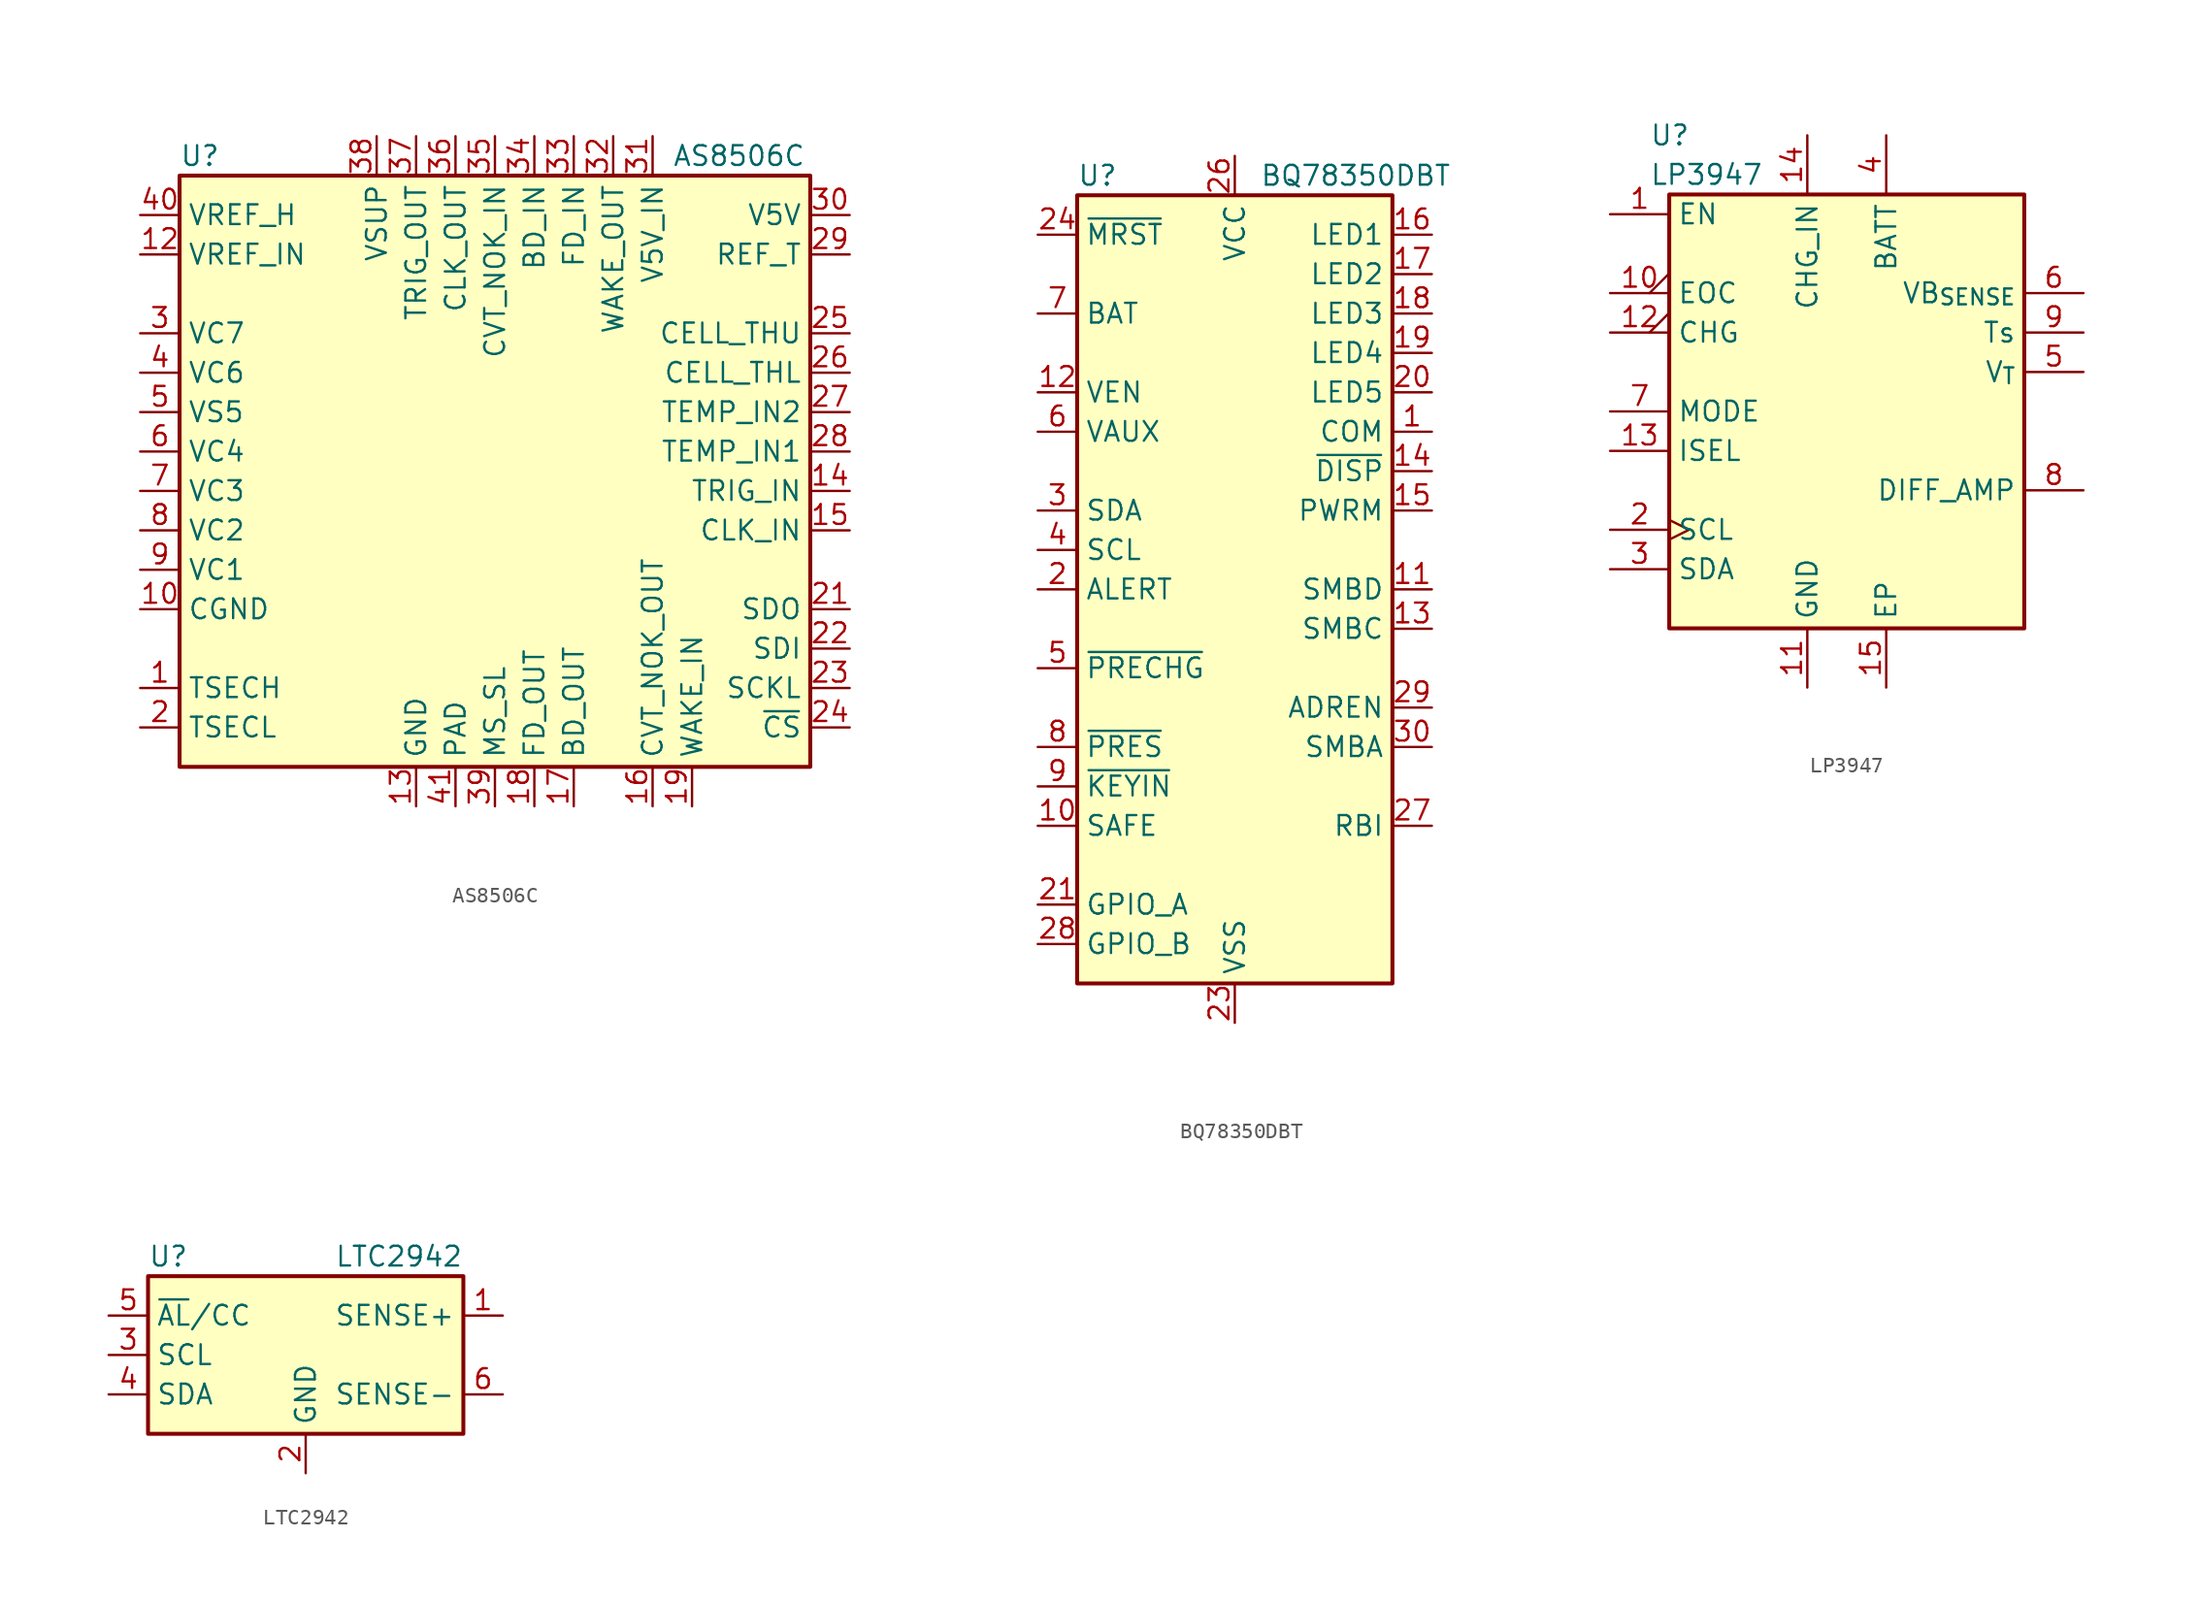
<source format=kicad_sym>
(kicad_symbol_lib
  (version 20220914)
  (generator kicad_symbol_editor)
  (symbol "AS8506C"
    (property "Reference" "U"
      (at -20.32 21.59 0)
      (effects (font (size 1.27 1.27)) (justify left)))
    (property "Value" "AS8506C"
      (at 11.43 21.59 0)
      (effects (font (size 1.27 1.27)) (justify left)))
    (symbol "AS8506C_0_1"
      (rectangle (start 20.32 -17.78) (end -20.32 20.32) (stroke (width 0.254) (type default)) (fill (type background))))
    (symbol "AS8506C_1_1"
      (pin input line (at -22.86 -12.7 0) (length 2.54) (name "TSECH" (effects (font (size 1.27 1.27)))) (number "1" (effects (font (size 1.27 1.27)))))
      (pin input line (at -22.86 -7.62 0) (length 2.54) (name "CGND" (effects (font (size 1.27 1.27)))) (number "10" (effects (font (size 1.27 1.27)))))
      (pin no_connect line (at -10.16 -17.78 90) (length 2.54) hide (name "NC" (effects (font (size 1.27 1.27)))) (number "11" (effects (font (size 1.27 1.27)))))
      (pin input line (at -22.86 15.24 0) (length 2.54) (name "VREF_IN" (effects (font (size 1.27 1.27)))) (number "12" (effects (font (size 1.27 1.27)))))
      (pin power_in line (at -5.08 -20.32 90) (length 2.54) (name "GND" (effects (font (size 1.27 1.27)))) (number "13" (effects (font (size 1.27 1.27)))))
      (pin input line (at 22.86 0 180) (length 2.54) (name "TRIG_IN" (effects (font (size 1.27 1.27)))) (number "14" (effects (font (size 1.27 1.27)))))
      (pin input line (at 22.86 -2.54 180) (length 2.54) (name "CLK_IN" (effects (font (size 1.27 1.27)))) (number "15" (effects (font (size 1.27 1.27)))))
      (pin input line (at 10.16 -20.32 90) (length 2.54) (name "CVT_NOK_OUT" (effects (font (size 1.27 1.27)))) (number "16" (effects (font (size 1.27 1.27)))))
      (pin input line (at 5.08 -20.32 90) (length 2.54) (name "BD_OUT" (effects (font (size 1.27 1.27)))) (number "17" (effects (font (size 1.27 1.27)))))
      (pin input line (at 2.54 -20.32 90) (length 2.54) (name "FD_OUT" (effects (font (size 1.27 1.27)))) (number "18" (effects (font (size 1.27 1.27)))))
      (pin input line (at 12.7 -20.32 90) (length 2.54) (name "WAKE_IN" (effects (font (size 1.27 1.27)))) (number "19" (effects (font (size 1.27 1.27)))))
      (pin input line (at -22.86 -15.24 0) (length 2.54) (name "TSECL" (effects (font (size 1.27 1.27)))) (number "2" (effects (font (size 1.27 1.27)))))
      (pin no_connect line (at -7.62 -17.78 90) (length 2.54) hide (name "NC_T" (effects (font (size 1.27 1.27)))) (number "20" (effects (font (size 1.27 1.27)))))
      (pin output line (at 22.86 -7.62 180) (length 2.54) (name "SDO" (effects (font (size 1.27 1.27)))) (number "21" (effects (font (size 1.27 1.27)))))
      (pin input line (at 22.86 -10.16 180) (length 2.54) (name "SDI" (effects (font (size 1.27 1.27)))) (number "22" (effects (font (size 1.27 1.27)))))
      (pin input line (at 22.86 -12.7 180) (length 2.54) (name "SCKL" (effects (font (size 1.27 1.27)))) (number "23" (effects (font (size 1.27 1.27)))))
      (pin input line (at 22.86 -15.24 180) (length 2.54) (name "~{CS}" (effects (font (size 1.27 1.27)))) (number "24" (effects (font (size 1.27 1.27)))))
      (pin input line (at 22.86 10.16 180) (length 2.54) (name "CELL_THU" (effects (font (size 1.27 1.27)))) (number "25" (effects (font (size 1.27 1.27)))))
      (pin input line (at 22.86 7.62 180) (length 2.54) (name "CELL_THL" (effects (font (size 1.27 1.27)))) (number "26" (effects (font (size 1.27 1.27)))))
      (pin input line (at 22.86 5.08 180) (length 2.54) (name "TEMP_IN2" (effects (font (size 1.27 1.27)))) (number "27" (effects (font (size 1.27 1.27)))))
      (pin input line (at 22.86 2.54 180) (length 2.54) (name "TEMP_IN1" (effects (font (size 1.27 1.27)))) (number "28" (effects (font (size 1.27 1.27)))))
      (pin input line (at 22.86 15.24 180) (length 2.54) (name "REF_T" (effects (font (size 1.27 1.27)))) (number "29" (effects (font (size 1.27 1.27)))))
      (pin input line (at -22.86 10.16 0) (length 2.54) (name "VC7" (effects (font (size 1.27 1.27)))) (number "3" (effects (font (size 1.27 1.27)))))
      (pin input line (at 22.86 17.78 180) (length 2.54) (name "V5V" (effects (font (size 1.27 1.27)))) (number "30" (effects (font (size 1.27 1.27)))))
      (pin input line (at 10.16 22.86 270) (length 2.54) (name "V5V_IN" (effects (font (size 1.27 1.27)))) (number "31" (effects (font (size 1.27 1.27)))))
      (pin input line (at 7.62 22.86 270) (length 2.54) (name "WAKE_OUT" (effects (font (size 1.27 1.27)))) (number "32" (effects (font (size 1.27 1.27)))))
      (pin input line (at 5.08 22.86 270) (length 2.54) (name "FD_IN" (effects (font (size 1.27 1.27)))) (number "33" (effects (font (size 1.27 1.27)))))
      (pin input line (at 2.54 22.86 270) (length 2.54) (name "BD_IN" (effects (font (size 1.27 1.27)))) (number "34" (effects (font (size 1.27 1.27)))))
      (pin input line (at 0 22.86 270) (length 2.54) (name "CVT_NOK_IN" (effects (font (size 1.27 1.27)))) (number "35" (effects (font (size 1.27 1.27)))))
      (pin input line (at -2.54 22.86 270) (length 2.54) (name "CLK_OUT" (effects (font (size 1.27 1.27)))) (number "36" (effects (font (size 1.27 1.27)))))
      (pin input line (at -5.08 22.86 270) (length 2.54) (name "TRIG_OUT" (effects (font (size 1.27 1.27)))) (number "37" (effects (font (size 1.27 1.27)))))
      (pin power_in line (at -7.62 22.86 270) (length 2.54) (name "VSUP" (effects (font (size 1.27 1.27)))) (number "38" (effects (font (size 1.27 1.27)))))
      (pin input line (at 0 -20.32 90) (length 2.54) (name "MS_SL" (effects (font (size 1.27 1.27)))) (number "39" (effects (font (size 1.27 1.27)))))
      (pin input line (at -22.86 7.62 0) (length 2.54) (name "VC6" (effects (font (size 1.27 1.27)))) (number "4" (effects (font (size 1.27 1.27)))))
      (pin input line (at -22.86 17.78 0) (length 2.54) (name "VREF_H" (effects (font (size 1.27 1.27)))) (number "40" (effects (font (size 1.27 1.27)))))
      (pin power_in line (at -2.54 -20.32 90) (length 2.54) (name "PAD" (effects (font (size 1.27 1.27)))) (number "41" (effects (font (size 1.27 1.27)))))
      (pin input line (at -22.86 5.08 0) (length 2.54) (name "VS5" (effects (font (size 1.27 1.27)))) (number "5" (effects (font (size 1.27 1.27)))))
      (pin input line (at -22.86 2.54 0) (length 2.54) (name "VC4" (effects (font (size 1.27 1.27)))) (number "6" (effects (font (size 1.27 1.27)))))
      (pin input line (at -22.86 0 0) (length 2.54) (name "VC3" (effects (font (size 1.27 1.27)))) (number "7" (effects (font (size 1.27 1.27)))))
      (pin input line (at -22.86 -2.54 0) (length 2.54) (name "VC2" (effects (font (size 1.27 1.27)))) (number "8" (effects (font (size 1.27 1.27)))))
      (pin input line (at -22.86 -5.08 0) (length 2.54) (name "VC1" (effects (font (size 1.27 1.27)))) (number "9" (effects (font (size 1.27 1.27)))))))
  (symbol "BQ78350DBT"
    (property "Reference" "U"
      (at -10.16 26.67 0)
      (effects (font (size 1.27 1.27)) (justify left)))
    (property "Value" "BQ78350DBT"
      (at 13.97 26.67 0)
      (effects (font (size 1.27 1.27)) (justify right)))
    (symbol "BQ78350DBT_0_1"
      (rectangle (start -10.16 25.4) (end 10.16 -25.4) (stroke (width 0.254) (type default)) (fill (type background))))
    (symbol "BQ78350DBT_1_1"
      (pin open_collector line (at 12.7 10.16 180) (length 2.54) (name "COM" (effects (font (size 1.27 1.27)))) (number "1" (effects (font (size 1.27 1.27)))))
      (pin output line (at -12.7 -15.24 0) (length 2.54) (name "SAFE" (effects (font (size 1.27 1.27)))) (number "10" (effects (font (size 1.27 1.27)))))
      (pin bidirectional line (at 12.7 0 180) (length 2.54) (name "SMBD" (effects (font (size 1.27 1.27)))) (number "11" (effects (font (size 1.27 1.27)))))
      (pin open_collector line (at -12.7 12.7 0) (length 2.54) (name "VEN" (effects (font (size 1.27 1.27)))) (number "12" (effects (font (size 1.27 1.27)))))
      (pin bidirectional line (at 12.7 -2.54 180) (length 2.54) (name "SMBC" (effects (font (size 1.27 1.27)))) (number "13" (effects (font (size 1.27 1.27)))))
      (pin input line (at 12.7 7.62 180) (length 2.54) (name "~{DISP}" (effects (font (size 1.27 1.27)))) (number "14" (effects (font (size 1.27 1.27)))))
      (pin open_collector line (at 12.7 5.08 180) (length 2.54) (name "PWRM" (effects (font (size 1.27 1.27)))) (number "15" (effects (font (size 1.27 1.27)))))
      (pin output line (at 12.7 22.86 180) (length 2.54) (name "LED1" (effects (font (size 1.27 1.27)))) (number "16" (effects (font (size 1.27 1.27)))))
      (pin output line (at 12.7 20.32 180) (length 2.54) (name "LED2" (effects (font (size 1.27 1.27)))) (number "17" (effects (font (size 1.27 1.27)))))
      (pin output line (at 12.7 17.78 180) (length 2.54) (name "LED3" (effects (font (size 1.27 1.27)))) (number "18" (effects (font (size 1.27 1.27)))))
      (pin output line (at 12.7 15.24 180) (length 2.54) (name "LED4" (effects (font (size 1.27 1.27)))) (number "19" (effects (font (size 1.27 1.27)))))
      (pin bidirectional line (at -12.7 0 0) (length 2.54) (name "ALERT" (effects (font (size 1.27 1.27)))) (number "2" (effects (font (size 1.27 1.27)))))
      (pin output line (at 12.7 12.7 180) (length 2.54) (name "LED5" (effects (font (size 1.27 1.27)))) (number "20" (effects (font (size 1.27 1.27)))))
      (pin bidirectional line (at -12.7 -20.32 0) (length 2.54) (name "GPIO_A" (effects (font (size 1.27 1.27)))) (number "21" (effects (font (size 1.27 1.27)))))
      (pin passive line (at 0 -27.94 90) (length 2.54) hide (name "VSS" (effects (font (size 1.27 1.27)))) (number "22" (effects (font (size 1.27 1.27)))))
      (pin power_in line (at 0 -27.94 90) (length 2.54) (name "VSS" (effects (font (size 1.27 1.27)))) (number "23" (effects (font (size 1.27 1.27)))))
      (pin input line (at -12.7 22.86 0) (length 2.54) (name "~{MRST}" (effects (font (size 1.27 1.27)))) (number "24" (effects (font (size 1.27 1.27)))))
      (pin passive line (at 0 -27.94 90) (length 2.54) hide (name "VSS" (effects (font (size 1.27 1.27)))) (number "25" (effects (font (size 1.27 1.27)))))
      (pin power_in line (at 0 27.94 270) (length 2.54) (name "VCC" (effects (font (size 1.27 1.27)))) (number "26" (effects (font (size 1.27 1.27)))))
      (pin passive line (at 12.7 -15.24 180) (length 2.54) (name "RBI" (effects (font (size 1.27 1.27)))) (number "27" (effects (font (size 1.27 1.27)))))
      (pin bidirectional line (at -12.7 -22.86 0) (length 2.54) (name "GPIO_B" (effects (font (size 1.27 1.27)))) (number "28" (effects (font (size 1.27 1.27)))))
      (pin output line (at 12.7 -7.62 180) (length 2.54) (name "ADREN" (effects (font (size 1.27 1.27)))) (number "29" (effects (font (size 1.27 1.27)))))
      (pin bidirectional line (at -12.7 5.08 0) (length 2.54) (name "SDA" (effects (font (size 1.27 1.27)))) (number "3" (effects (font (size 1.27 1.27)))))
      (pin input line (at 12.7 -10.16 180) (length 2.54) (name "SMBA" (effects (font (size 1.27 1.27)))) (number "30" (effects (font (size 1.27 1.27)))))
      (pin output line (at -12.7 2.54 0) (length 2.54) (name "SCL" (effects (font (size 1.27 1.27)))) (number "4" (effects (font (size 1.27 1.27)))))
      (pin output line (at -12.7 -5.08 0) (length 2.54) (name "~{PRECHG}" (effects (font (size 1.27 1.27)))) (number "5" (effects (font (size 1.27 1.27)))))
      (pin input line (at -12.7 10.16 0) (length 2.54) (name "VAUX" (effects (font (size 1.27 1.27)))) (number "6" (effects (font (size 1.27 1.27)))))
      (pin input line (at -12.7 17.78 0) (length 2.54) (name "BAT" (effects (font (size 1.27 1.27)))) (number "7" (effects (font (size 1.27 1.27)))))
      (pin input line (at -12.7 -10.16 0) (length 2.54) (name "~{PRES}" (effects (font (size 1.27 1.27)))) (number "8" (effects (font (size 1.27 1.27)))))
      (pin input line (at -12.7 -12.7 0) (length 2.54) (name "~{KEYIN}" (effects (font (size 1.27 1.27)))) (number "9" (effects (font (size 1.27 1.27)))))))
  (symbol "LP3947"
    (property "Reference" "U"
      (at -12.7 17.78 0)
      (effects (font (size 1.27 1.27)) (justify left)))
    (property "Value" "LP3947"
      (at -12.7 15.24 0)
      (effects (font (size 1.27 1.27)) (justify left)))
    (symbol "LP3947_0_1"
      (rectangle (start -11.43 13.97) (end 11.43 -13.97) (stroke (width 0.254) (type default)) (fill (type background))))
    (symbol "LP3947_1_1"
      (pin input line (at -15.24 12.7 0) (length 3.81) (name "EN" (effects (font (size 1.27 1.27)))) (number "1" (effects (font (size 1.27 1.27)))))
      (pin open_collector output_low (at -15.24 7.62 0) (length 3.81) (name "EOC" (effects (font (size 1.27 1.27)))) (number "10" (effects (font (size 1.27 1.27)))))
      (pin power_in line (at -2.54 -17.78 90) (length 3.81) (name "GND" (effects (font (size 1.27 1.27)))) (number "11" (effects (font (size 1.27 1.27)))))
      (pin open_collector output_low (at -15.24 5.08 0) (length 3.81) (name "CHG" (effects (font (size 1.27 1.27)))) (number "12" (effects (font (size 1.27 1.27)))))
      (pin input line (at -15.24 -2.54 0) (length 3.81) (name "ISEL" (effects (font (size 1.27 1.27)))) (number "13" (effects (font (size 1.27 1.27)))))
      (pin power_in line (at -2.54 17.78 270) (length 3.81) (name "CHG_IN" (effects (font (size 1.27 1.27)))) (number "14" (effects (font (size 1.27 1.27)))))
      (pin power_in line (at 2.54 -17.78 90) (length 3.81) (name "EP" (effects (font (size 1.27 1.27)))) (number "15" (effects (font (size 1.27 1.27)))))
      (pin input clock (at -15.24 -7.62 0) (length 3.81) (name "SCL" (effects (font (size 1.27 1.27)))) (number "2" (effects (font (size 1.27 1.27)))))
      (pin bidirectional line (at -15.24 -10.16 0) (length 3.81) (name "SDA" (effects (font (size 1.27 1.27)))) (number "3" (effects (font (size 1.27 1.27)))))
      (pin power_out line (at 2.54 17.78 270) (length 3.81) (name "BATT" (effects (font (size 1.27 1.27)))) (number "4" (effects (font (size 1.27 1.27)))))
      (pin power_out line (at 15.24 2.54 180) (length 3.81) (name "V_{T}" (effects (font (size 1.27 1.27)))) (number "5" (effects (font (size 1.27 1.27)))))
      (pin input line (at 15.24 7.62 180) (length 3.81) (name "VB_{SENSE}" (effects (font (size 1.27 1.27)))) (number "6" (effects (font (size 1.27 1.27)))))
      (pin input line (at -15.24 0 0) (length 3.81) (name "MODE" (effects (font (size 1.27 1.27)))) (number "7" (effects (font (size 1.27 1.27)))))
      (pin output line (at 15.24 -5.08 180) (length 3.81) (name "DIFF_AMP" (effects (font (size 1.27 1.27)))) (number "8" (effects (font (size 1.27 1.27)))))
      (pin input line (at 15.24 5.08 180) (length 3.81) (name "Ts" (effects (font (size 1.27 1.27)))) (number "9" (effects (font (size 1.27 1.27)))))))
  (symbol "LTC2942"
    (property "Reference" "U"
      (at -10.16 6.35 0)
      (effects (font (size 1.27 1.27)) (justify left)))
    (property "Value" "LTC2942"
      (at 10.16 6.35 0)
      (effects (font (size 1.27 1.27)) (justify right)))
    (symbol "LTC2942_0_1"
      (rectangle (start -10.16 5.08) (end 10.16 -5.08) (stroke (width 0.254) (type default)) (fill (type background))))
    (symbol "LTC2942_1_1"
      (pin passive line (at 12.7 2.54 180) (length 2.54) (name "SENSE+" (effects (font (size 1.27 1.27)))) (number "1" (effects (font (size 1.27 1.27)))))
      (pin power_in line (at 0 -7.62 90) (length 2.54) (name "GND" (effects (font (size 1.27 1.27)))) (number "2" (effects (font (size 1.27 1.27)))))
      (pin input line (at -12.7 0 0) (length 2.54) (name "SCL" (effects (font (size 1.27 1.27)))) (number "3" (effects (font (size 1.27 1.27)))))
      (pin bidirectional line (at -12.7 -2.54 0) (length 2.54) (name "SDA" (effects (font (size 1.27 1.27)))) (number "4" (effects (font (size 1.27 1.27)))))
      (pin bidirectional line (at -12.7 2.54 0) (length 2.54) (name "~{AL}/CC" (effects (font (size 1.27 1.27)))) (number "5" (effects (font (size 1.27 1.27)))))
      (pin passive line (at 12.7 -2.54 180) (length 2.54) (name "SENSE-" (effects (font (size 1.27 1.27)))) (number "6" (effects (font (size 1.27 1.27))))))))
</source>
